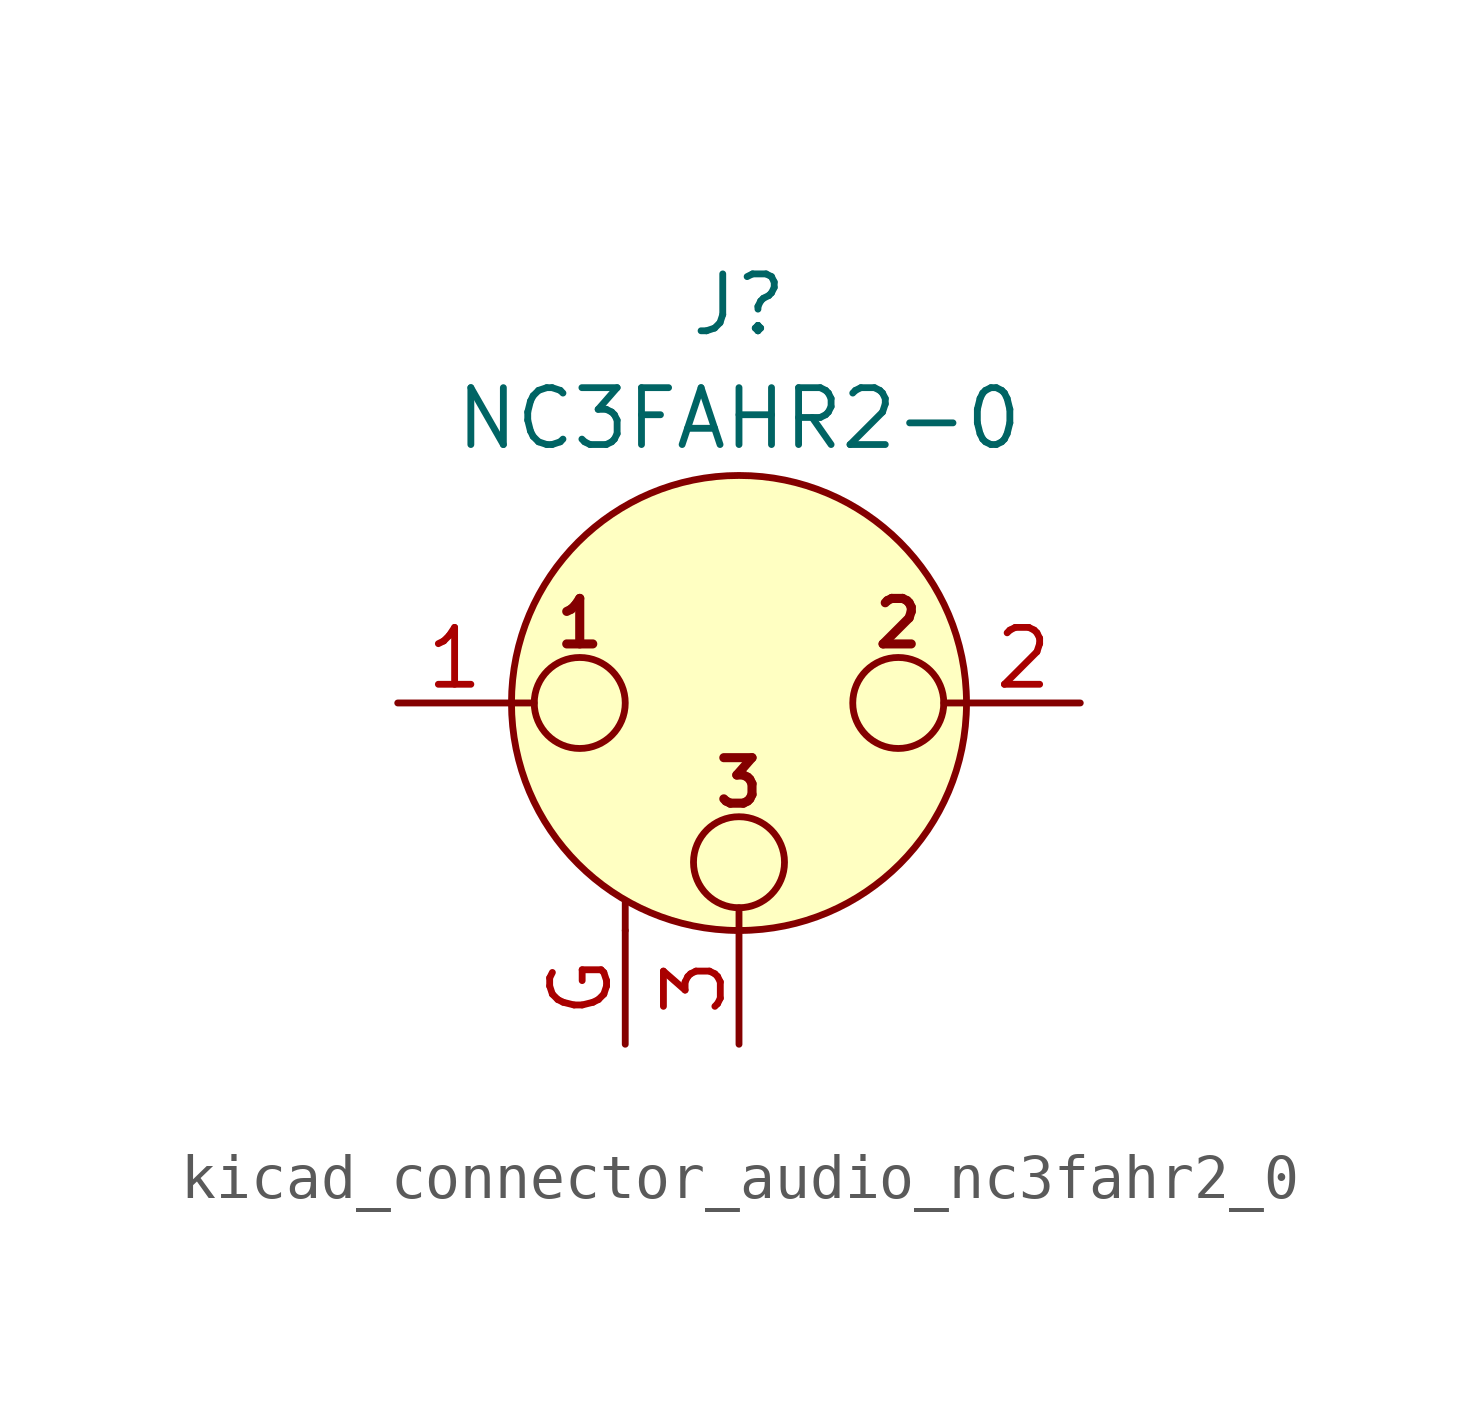
<source format=kicad_sym>
(kicad_symbol_lib
  (version 20220914)
  (generator kicad_symbol_editor)
  (symbol "kicad_connector_audio_nc3fahr2_0"
    (pin_names hide)
    (property "Reference" "J"
      (at 0 8.89 0)
      (effects (font (size 1.27 1.27))))
    (property "Value" "NC3FAHR2-0"
      (at 0 6.35 0)
      (effects (font (size 1.27 1.27))))
    (symbol "kicad_connector_audio_nc3fahr2_0_0_1"
      (circle (center -3.556 0) (radius 1.016) (stroke (width 0) (type default)) (fill (type none)))
      (circle (center 0 -3.556) (radius 1.016) (stroke (width 0) (type default)) (fill (type none)))
      (polyline (pts (xy -5.08 0) (xy -4.572 0)) (stroke (width 0) (type default)) (fill (type none)))
      (polyline (pts (xy -2.54 -5.08) (xy -2.54 -4.445)) (stroke (width 0) (type default)) (fill (type none)))
      (polyline (pts (xy 0 -5.08) (xy 0 -4.572)) (stroke (width 0) (type default)) (fill (type none)))
      (polyline (pts (xy 5.08 0) (xy 4.572 0)) (stroke (width 0) (type default)) (fill (type none)))
      (circle (center 0 0) (radius 5.08) (stroke (width 0) (type default)) (fill (type background)))
      (circle (center 3.556 0) (radius 1.016) (stroke (width 0) (type default)) (fill (type none)))
      (text "1" (at -3.556 1.778 0) (effects (font (size 1.016 1.016) bold)))
      (text "2" (at 3.556 1.778 0) (effects (font (size 1.016 1.016) bold)))
      (text "3" (at 0 -1.778 0) (effects (font (size 1.016 1.016) bold)))
      (pin passive line (at -7.62 0 0) (length 2.54) (name "~" (effects (font (size 1.27 1.27)))) (number "1" (effects (font (size 1.27 1.27)))))
      (pin passive line (at 7.62 0 180) (length 2.54) (name "~" (effects (font (size 1.27 1.27)))) (number "2" (effects (font (size 1.27 1.27)))))
      (pin passive line (at 0 -7.62 90) (length 2.54) (name "~" (effects (font (size 1.27 1.27)))) (number "3" (effects (font (size 1.27 1.27))))))
    (symbol "kicad_connector_audio_nc3fahr2_0_1_1"
      (pin passive line (at -2.54 -7.62 90) (length 2.54) (name "~" (effects (font (size 1.27 1.27)))) (number "G" (effects (font (size 1.27 1.27))))))))
</source>
